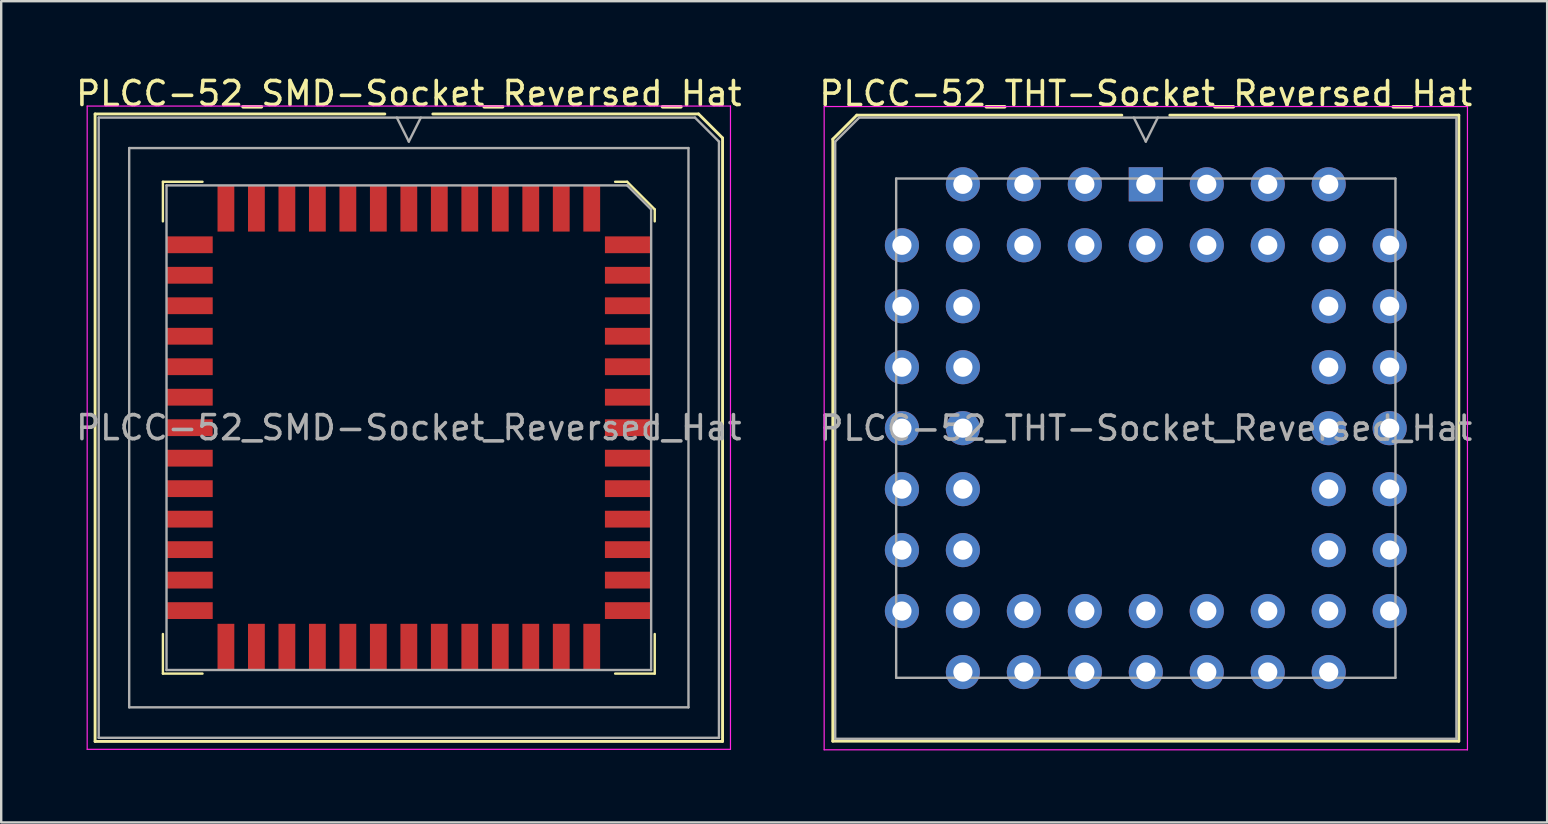
<source format=kicad_pcb>
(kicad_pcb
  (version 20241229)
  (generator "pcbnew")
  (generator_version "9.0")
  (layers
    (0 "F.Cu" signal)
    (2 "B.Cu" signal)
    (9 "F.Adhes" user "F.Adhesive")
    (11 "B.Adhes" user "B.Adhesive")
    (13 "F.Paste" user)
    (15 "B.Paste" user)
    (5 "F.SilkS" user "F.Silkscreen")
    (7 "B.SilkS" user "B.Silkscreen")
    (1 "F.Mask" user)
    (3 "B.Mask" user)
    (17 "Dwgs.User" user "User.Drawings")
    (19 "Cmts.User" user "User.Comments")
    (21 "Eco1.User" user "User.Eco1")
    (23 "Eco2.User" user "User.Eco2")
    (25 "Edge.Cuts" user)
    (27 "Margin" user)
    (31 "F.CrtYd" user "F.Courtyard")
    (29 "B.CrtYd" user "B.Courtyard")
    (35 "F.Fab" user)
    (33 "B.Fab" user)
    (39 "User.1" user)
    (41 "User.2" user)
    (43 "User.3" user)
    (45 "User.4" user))
  (footprint "PLCC-52_SMD-Socket_Reversed_Hat"
    (layer "F.Cu")
    (at 22.364 14.768)
    (property "Reference" "PLCC-52_SMD-Socket_Reversed_Hat" (at -8.382 -13.92 0) (layer "F.SilkS") (effects (font (size 1 1) (thickness 0.15))))
    (attr smd)
    (fp_line (start -21.452 -13.07) (end -9.382 -13.07) (stroke (width 0.12) (type solid)) (layer "F.SilkS"))
    (fp_line (start -21.452 13.07) (end -21.452 -13.07) (stroke (width 0.12) (type solid)) (layer "F.SilkS"))
    (fp_line (start -18.627 -10.245) (end -18.627 -8.595) (stroke (width 0.1) (type solid)) (layer "F.SilkS"))
    (fp_line (start -18.627 10.245) (end -18.627 8.595) (stroke (width 0.1) (type solid)) (layer "F.SilkS"))
    (fp_line (start -16.977 -10.245) (end -18.627 -10.245) (stroke (width 0.1) (type solid)) (layer "F.SilkS"))
    (fp_line (start -16.977 10.245) (end -18.627 10.245) (stroke (width 0.1) (type solid)) (layer "F.SilkS"))
    (fp_line (start -7.382 -13.07) (end 3.688 -13.07) (stroke (width 0.12) (type solid)) (layer "F.SilkS"))
    (fp_line (start 0.213 -10.245) (end 0.713 -10.245) (stroke (width 0.1) (type solid)) (layer "F.SilkS"))
    (fp_line (start 0.213 10.245) (end 1.863 10.245) (stroke (width 0.1) (type solid)) (layer "F.SilkS"))
    (fp_line (start 0.713 -10.245) (end 1.863 -9.095) (stroke (width 0.1) (type solid)) (layer "F.SilkS"))
    (fp_line (start 1.863 -9.095) (end 1.863 -8.595) (stroke (width 0.1) (type solid)) (layer "F.SilkS"))
    (fp_line (start 1.863 10.245) (end 1.863 8.595) (stroke (width 0.1) (type solid)) (layer "F.SilkS"))
    (fp_line (start 3.688 -13.07) (end 4.688 -12.07) (stroke (width 0.12) (type solid)) (layer "F.SilkS"))
    (fp_line (start 4.688 -12.07) (end 4.688 13.07) (stroke (width 0.12) (type solid)) (layer "F.SilkS"))
    (fp_line (start 4.688 13.07) (end -21.452 13.07) (stroke (width 0.12) (type solid)) (layer "F.SilkS"))
    (fp_line (start -21.782 -13.4) (end 5.018 -13.4) (stroke (width 0.05) (type solid)) (layer "F.CrtYd"))
    (fp_line (start -21.782 13.4) (end -21.782 -13.4) (stroke (width 0.05) (type solid)) (layer "F.CrtYd"))
    (fp_line (start 5.018 -13.4) (end 5.018 13.4) (stroke (width 0.05) (type solid)) (layer "F.CrtYd"))
    (fp_line (start 5.018 13.4) (end -21.782 13.4) (stroke (width 0.05) (type solid)) (layer "F.CrtYd"))
    (fp_line (start -21.302 -12.92) (end 3.538 -12.92) (stroke (width 0.1) (type solid)) (layer "F.Fab"))
    (fp_line (start -21.302 12.92) (end -21.302 -12.92) (stroke (width 0.1) (type solid)) (layer "F.Fab"))
    (fp_line (start -20.032 -11.65) (end 3.268 -11.65) (stroke (width 0.1) (type solid)) (layer "F.Fab"))
    (fp_line (start -20.032 11.65) (end -20.032 -11.65) (stroke (width 0.1) (type solid)) (layer "F.Fab"))
    (fp_line (start -18.477 -10.095) (end 0.713 -10.095) (stroke (width 0.1) (type solid)) (layer "F.Fab"))
    (fp_line (start -18.477 10.095) (end -18.477 -10.095) (stroke (width 0.1) (type solid)) (layer "F.Fab"))
    (fp_line (start -8.382 -11.92) (end -8.882 -12.92) (stroke (width 0.1) (type solid)) (layer "F.Fab"))
    (fp_line (start -7.882 -12.92) (end -8.382 -11.92) (stroke (width 0.1) (type solid)) (layer "F.Fab"))
    (fp_line (start 0.713 -10.095) (end 1.713 -9.095) (stroke (width 0.1) (type solid)) (layer "F.Fab"))
    (fp_line (start 1.713 -9.095) (end 1.713 10.095) (stroke (width 0.1) (type solid)) (layer "F.Fab"))
    (fp_line (start 1.713 10.095) (end -18.477 10.095) (stroke (width 0.1) (type solid)) (layer "F.Fab"))
    (fp_line (start 3.268 -11.65) (end 3.268 11.65) (stroke (width 0.1) (type solid)) (layer "F.Fab"))
    (fp_line (start 3.268 11.65) (end -20.032 11.65) (stroke (width 0.1) (type solid)) (layer "F.Fab"))
    (fp_line (start 3.538 -12.92) (end 4.538 -11.92) (stroke (width 0.1) (type solid)) (layer "F.Fab"))
    (fp_line (start 4.538 -11.92) (end 4.538 12.92) (stroke (width 0.1) (type solid)) (layer "F.Fab"))
    (fp_line (start 4.538 12.92) (end -21.302 12.92) (stroke (width 0.1) (type solid)) (layer "F.Fab"))
    (fp_text user "${REFERENCE}" (at -8.382 0 0) (layer "F.Fab") (effects (font (size 1 1) (thickness 0.15))))
    (pad "1" smd rect (at -8.382 -9.133) (size 0.7 1.925) (layers "F.Cu" "F.Mask" "F.Paste"))
    (pad "2" smd rect (at -7.112 -9.133) (size 0.7 1.925) (layers "F.Cu" "F.Mask" "F.Paste"))
    (pad "3" smd rect (at -5.842 -9.133) (size 0.7 1.925) (layers "F.Cu" "F.Mask" "F.Paste"))
    (pad "4" smd rect (at -4.572 -9.133) (size 0.7 1.925) (layers "F.Cu" "F.Mask" "F.Paste"))
    (pad "5" smd rect (at -3.302 -9.133) (size 0.7 1.925) (layers "F.Cu" "F.Mask" "F.Paste"))
    (pad "6" smd rect (at -2.032 -9.133) (size 0.7 1.925) (layers "F.Cu" "F.Mask" "F.Paste"))
    (pad "7" smd rect (at -0.762 -9.133) (size 0.7 1.925) (layers "F.Cu" "F.Mask" "F.Paste"))
    (pad "8" smd rect (at 0.75 -7.62) (size 1.925 0.7) (layers "F.Cu" "F.Mask" "F.Paste"))
    (pad "9" smd rect (at 0.75 -6.35) (size 1.925 0.7) (layers "F.Cu" "F.Mask" "F.Paste"))
    (pad "10" smd rect (at 0.75 -5.08) (size 1.925 0.7) (layers "F.Cu" "F.Mask" "F.Paste"))
    (pad "11" smd rect (at 0.75 -3.81) (size 1.925 0.7) (layers "F.Cu" "F.Mask" "F.Paste"))
    (pad "12" smd rect (at 0.75 -2.54) (size 1.925 0.7) (layers "F.Cu" "F.Mask" "F.Paste"))
    (pad "13" smd rect (at 0.75 -1.27) (size 1.925 0.7) (layers "F.Cu" "F.Mask" "F.Paste"))
    (pad "14" smd rect (at 0.75 0) (size 1.925 0.7) (layers "F.Cu" "F.Mask" "F.Paste"))
    (pad "15" smd rect (at 0.75 1.27) (size 1.925 0.7) (layers "F.Cu" "F.Mask" "F.Paste"))
    (pad "16" smd rect (at 0.75 2.54) (size 1.925 0.7) (layers "F.Cu" "F.Mask" "F.Paste"))
    (pad "17" smd rect (at 0.75 3.81) (size 1.925 0.7) (layers "F.Cu" "F.Mask" "F.Paste"))
    (pad "18" smd rect (at 0.75 5.08) (size 1.925 0.7) (layers "F.Cu" "F.Mask" "F.Paste"))
    (pad "19" smd rect (at 0.75 6.35) (size 1.925 0.7) (layers "F.Cu" "F.Mask" "F.Paste"))
    (pad "20" smd rect (at 0.75 7.62) (size 1.925 0.7) (layers "F.Cu" "F.Mask" "F.Paste"))
    (pad "21" smd rect (at -0.762 9.133) (size 0.7 1.925) (layers "F.Cu" "F.Mask" "F.Paste"))
    (pad "22" smd rect (at -2.032 9.133) (size 0.7 1.925) (layers "F.Cu" "F.Mask" "F.Paste"))
    (pad "23" smd rect (at -3.302 9.133) (size 0.7 1.925) (layers "F.Cu" "F.Mask" "F.Paste"))
    (pad "24" smd rect (at -4.572 9.133) (size 0.7 1.925) (layers "F.Cu" "F.Mask" "F.Paste"))
    (pad "25" smd rect (at -5.842 9.133) (size 0.7 1.925) (layers "F.Cu" "F.Mask" "F.Paste"))
    (pad "26" smd rect (at -7.112 9.133) (size 0.7 1.925) (layers "F.Cu" "F.Mask" "F.Paste"))
    (pad "27" smd rect (at -8.382 9.133) (size 0.7 1.925) (layers "F.Cu" "F.Mask" "F.Paste"))
    (pad "28" smd rect (at -9.652 9.133) (size 0.7 1.925) (layers "F.Cu" "F.Mask" "F.Paste"))
    (pad "29" smd rect (at -10.922 9.133) (size 0.7 1.925) (layers "F.Cu" "F.Mask" "F.Paste"))
    (pad "30" smd rect (at -12.192 9.133) (size 0.7 1.925) (layers "F.Cu" "F.Mask" "F.Paste"))
    (pad "31" smd rect (at -13.462 9.133) (size 0.7 1.925) (layers "F.Cu" "F.Mask" "F.Paste"))
    (pad "32" smd rect (at -14.732 9.133) (size 0.7 1.925) (layers "F.Cu" "F.Mask" "F.Paste"))
    (pad "33" smd rect (at -16.002 9.133) (size 0.7 1.925) (layers "F.Cu" "F.Mask" "F.Paste"))
    (pad "34" smd rect (at -17.515 7.62) (size 1.925 0.7) (layers "F.Cu" "F.Mask" "F.Paste"))
    (pad "35" smd rect (at -17.515 6.35) (size 1.925 0.7) (layers "F.Cu" "F.Mask" "F.Paste"))
    (pad "36" smd rect (at -17.515 5.08) (size 1.925 0.7) (layers "F.Cu" "F.Mask" "F.Paste"))
    (pad "37" smd rect (at -17.515 3.81) (size 1.925 0.7) (layers "F.Cu" "F.Mask" "F.Paste"))
    (pad "38" smd rect (at -17.515 2.54) (size 1.925 0.7) (layers "F.Cu" "F.Mask" "F.Paste"))
    (pad "39" smd rect (at -17.515 1.27) (size 1.925 0.7) (layers "F.Cu" "F.Mask" "F.Paste"))
    (pad "40" smd rect (at -17.515 0) (size 1.925 0.7) (layers "F.Cu" "F.Mask" "F.Paste"))
    (pad "41" smd rect (at -17.515 -1.27) (size 1.925 0.7) (layers "F.Cu" "F.Mask" "F.Paste"))
    (pad "42" smd rect (at -17.515 -2.54) (size 1.925 0.7) (layers "F.Cu" "F.Mask" "F.Paste"))
    (pad "43" smd rect (at -17.515 -3.81) (size 1.925 0.7) (layers "F.Cu" "F.Mask" "F.Paste"))
    (pad "44" smd rect (at -17.515 -5.08) (size 1.925 0.7) (layers "F.Cu" "F.Mask" "F.Paste"))
    (pad "45" smd rect (at -17.515 -6.35) (size 1.925 0.7) (layers "F.Cu" "F.Mask" "F.Paste"))
    (pad "46" smd rect (at -17.515 -7.62) (size 1.925 0.7) (layers "F.Cu" "F.Mask" "F.Paste"))
    (pad "47" smd rect (at -16.002 -9.133) (size 0.7 1.925) (layers "F.Cu" "F.Mask" "F.Paste"))
    (pad "48" smd rect (at -14.732 -9.133) (size 0.7 1.925) (layers "F.Cu" "F.Mask" "F.Paste"))
    (pad "49" smd rect (at -13.462 -9.133) (size 0.7 1.925) (layers "F.Cu" "F.Mask" "F.Paste"))
    (pad "50" smd rect (at -12.192 -9.133) (size 0.7 1.925) (layers "F.Cu" "F.Mask" "F.Paste"))
    (pad "51" smd rect (at -10.922 -9.133) (size 0.7 1.925) (layers "F.Cu" "F.Mask" "F.Paste"))
    (pad "52" smd rect (at -9.652 -9.133) (size 0.7 1.925) (layers "F.Cu" "F.Mask" "F.Paste")))
  (footprint "PLCC-52_THT-Socket_Reversed_Hat"
    (layer "F.Cu")
    (at 44.685 4.628)
    (property "Reference" "PLCC-52_THT-Socket_Reversed_Hat" (at 0 -3.78 0) (layer "F.SilkS") (effects (font (size 1 1) (thickness 0.15))))
    (attr through_hole)
    (fp_line (start -13.04 -1.88) (end -13.04 23.2) (stroke (width 0.12) (type solid)) (layer "F.SilkS"))
    (fp_line (start -13.04 23.2) (end 13.04 23.2) (stroke (width 0.12) (type solid)) (layer "F.SilkS"))
    (fp_line (start -12.04 -2.88) (end -13.04 -1.88) (stroke (width 0.12) (type solid)) (layer "F.SilkS"))
    (fp_line (start -1 -2.88) (end -12.04 -2.88) (stroke (width 0.12) (type solid)) (layer "F.SilkS"))
    (fp_line (start 13.04 -2.88) (end 1 -2.88) (stroke (width 0.12) (type solid)) (layer "F.SilkS"))
    (fp_line (start 13.04 23.2) (end 13.04 -2.88) (stroke (width 0.12) (type solid)) (layer "F.SilkS"))
    (fp_line (start -13.4 -3.24) (end -13.4 23.56) (stroke (width 0.05) (type solid)) (layer "F.CrtYd"))
    (fp_line (start -13.4 23.56) (end 13.4 23.56) (stroke (width 0.05) (type solid)) (layer "F.CrtYd"))
    (fp_line (start 13.4 -3.24) (end -13.4 -3.24) (stroke (width 0.05) (type solid)) (layer "F.CrtYd"))
    (fp_line (start 13.4 23.56) (end 13.4 -3.24) (stroke (width 0.05) (type solid)) (layer "F.CrtYd"))
    (fp_line (start -12.94 -1.78) (end -12.94 23.1) (stroke (width 0.1) (type solid)) (layer "F.Fab"))
    (fp_line (start -12.94 23.1) (end 12.94 23.1) (stroke (width 0.1) (type solid)) (layer "F.Fab"))
    (fp_line (start -11.94 -2.78) (end -12.94 -1.78) (stroke (width 0.1) (type solid)) (layer "F.Fab"))
    (fp_line (start -10.4 -0.24) (end -10.4 20.56) (stroke (width 0.1) (type solid)) (layer "F.Fab"))
    (fp_line (start -10.4 20.56) (end 10.4 20.56) (stroke (width 0.1) (type solid)) (layer "F.Fab"))
    (fp_line (start -0.5 -2.78) (end 0 -1.78) (stroke (width 0.1) (type solid)) (layer "F.Fab"))
    (fp_line (start 0 -1.78) (end 0.5 -2.78) (stroke (width 0.1) (type solid)) (layer "F.Fab"))
    (fp_line (start 10.4 -0.24) (end -10.4 -0.24) (stroke (width 0.1) (type solid)) (layer "F.Fab"))
    (fp_line (start 10.4 20.56) (end 10.4 -0.24) (stroke (width 0.1) (type solid)) (layer "F.Fab"))
    (fp_line (start 12.94 -2.78) (end -11.94 -2.78) (stroke (width 0.1) (type solid)) (layer "F.Fab"))
    (fp_line (start 12.94 23.1) (end 12.94 -2.78) (stroke (width 0.1) (type solid)) (layer "F.Fab"))
    (fp_text user "${REFERENCE}" (at 0 10.16 0) (layer "F.Fab") (effects (font (size 1 1) (thickness 0.15))))
    (pad "1" thru_hole rect (at 0 0) (size 1.422 1.422) (drill 0.8) (layers "*.Cu" "*.Mask"))
    (pad "2" thru_hole circle (at 2.54 2.54) (size 1.422 1.422) (drill 0.8) (layers "*.Cu" "*.Mask"))
    (pad "3" thru_hole circle (at 2.54 0) (size 1.422 1.422) (drill 0.8) (layers "*.Cu" "*.Mask"))
    (pad "4" thru_hole circle (at 5.08 2.54) (size 1.422 1.422) (drill 0.8) (layers "*.Cu" "*.Mask"))
    (pad "5" thru_hole circle (at 5.08 0) (size 1.422 1.422) (drill 0.8) (layers "*.Cu" "*.Mask"))
    (pad "6" thru_hole circle (at 7.62 2.54) (size 1.422 1.422) (drill 0.8) (layers "*.Cu" "*.Mask"))
    (pad "7" thru_hole circle (at 7.62 0) (size 1.422 1.422) (drill 0.8) (layers "*.Cu" "*.Mask"))
    (pad "8" thru_hole circle (at 10.16 2.54) (size 1.422 1.422) (drill 0.8) (layers "*.Cu" "*.Mask"))
    (pad "9" thru_hole circle (at 7.62 5.08) (size 1.422 1.422) (drill 0.8) (layers "*.Cu" "*.Mask"))
    (pad "10" thru_hole circle (at 10.16 5.08) (size 1.422 1.422) (drill 0.8) (layers "*.Cu" "*.Mask"))
    (pad "11" thru_hole circle (at 7.62 7.62) (size 1.422 1.422) (drill 0.8) (layers "*.Cu" "*.Mask"))
    (pad "12" thru_hole circle (at 10.16 7.62) (size 1.422 1.422) (drill 0.8) (layers "*.Cu" "*.Mask"))
    (pad "13" thru_hole circle (at 7.62 10.16) (size 1.422 1.422) (drill 0.8) (layers "*.Cu" "*.Mask"))
    (pad "14" thru_hole circle (at 10.16 10.16) (size 1.422 1.422) (drill 0.8) (layers "*.Cu" "*.Mask"))
    (pad "15" thru_hole circle (at 7.62 12.7) (size 1.422 1.422) (drill 0.8) (layers "*.Cu" "*.Mask"))
    (pad "16" thru_hole circle (at 10.16 12.7) (size 1.422 1.422) (drill 0.8) (layers "*.Cu" "*.Mask"))
    (pad "17" thru_hole circle (at 7.62 15.24) (size 1.422 1.422) (drill 0.8) (layers "*.Cu" "*.Mask"))
    (pad "18" thru_hole circle (at 10.16 15.24) (size 1.422 1.422) (drill 0.8) (layers "*.Cu" "*.Mask"))
    (pad "19" thru_hole circle (at 7.62 17.78) (size 1.422 1.422) (drill 0.8) (layers "*.Cu" "*.Mask"))
    (pad "20" thru_hole circle (at 10.16 17.78) (size 1.422 1.422) (drill 0.8) (layers "*.Cu" "*.Mask"))
    (pad "21" thru_hole circle (at 7.62 20.32) (size 1.422 1.422) (drill 0.8) (layers "*.Cu" "*.Mask"))
    (pad "22" thru_hole circle (at 5.08 17.78) (size 1.422 1.422) (drill 0.8) (layers "*.Cu" "*.Mask"))
    (pad "23" thru_hole circle (at 5.08 20.32) (size 1.422 1.422) (drill 0.8) (layers "*.Cu" "*.Mask"))
    (pad "24" thru_hole circle (at 2.54 17.78) (size 1.422 1.422) (drill 0.8) (layers "*.Cu" "*.Mask"))
    (pad "25" thru_hole circle (at 2.54 20.32) (size 1.422 1.422) (drill 0.8) (layers "*.Cu" "*.Mask"))
    (pad "26" thru_hole circle (at 0 17.78) (size 1.422 1.422) (drill 0.8) (layers "*.Cu" "*.Mask"))
    (pad "27" thru_hole circle (at 0 20.32) (size 1.422 1.422) (drill 0.8) (layers "*.Cu" "*.Mask"))
    (pad "28" thru_hole circle (at -2.54 17.78) (size 1.422 1.422) (drill 0.8) (layers "*.Cu" "*.Mask"))
    (pad "29" thru_hole circle (at -2.54 20.32) (size 1.422 1.422) (drill 0.8) (layers "*.Cu" "*.Mask"))
    (pad "30" thru_hole circle (at -5.08 17.78) (size 1.422 1.422) (drill 0.8) (layers "*.Cu" "*.Mask"))
    (pad "31" thru_hole circle (at -5.08 20.32) (size 1.422 1.422) (drill 0.8) (layers "*.Cu" "*.Mask"))
    (pad "32" thru_hole circle (at -7.62 17.78) (size 1.422 1.422) (drill 0.8) (layers "*.Cu" "*.Mask"))
    (pad "33" thru_hole circle (at -7.62 20.32) (size 1.422 1.422) (drill 0.8) (layers "*.Cu" "*.Mask"))
    (pad "34" thru_hole circle (at -10.16 17.78) (size 1.422 1.422) (drill 0.8) (layers "*.Cu" "*.Mask"))
    (pad "35" thru_hole circle (at -7.62 15.24) (size 1.422 1.422) (drill 0.8) (layers "*.Cu" "*.Mask"))
    (pad "36" thru_hole circle (at -10.16 15.24) (size 1.422 1.422) (drill 0.8) (layers "*.Cu" "*.Mask"))
    (pad "37" thru_hole circle (at -7.62 12.7) (size 1.422 1.422) (drill 0.8) (layers "*.Cu" "*.Mask"))
    (pad "38" thru_hole circle (at -10.16 12.7) (size 1.422 1.422) (drill 0.8) (layers "*.Cu" "*.Mask"))
    (pad "39" thru_hole circle (at -7.62 10.16) (size 1.422 1.422) (drill 0.8) (layers "*.Cu" "*.Mask"))
    (pad "40" thru_hole circle (at -10.16 10.16) (size 1.422 1.422) (drill 0.8) (layers "*.Cu" "*.Mask"))
    (pad "41" thru_hole circle (at -7.62 7.62) (size 1.422 1.422) (drill 0.8) (layers "*.Cu" "*.Mask"))
    (pad "42" thru_hole circle (at -10.16 7.62) (size 1.422 1.422) (drill 0.8) (layers "*.Cu" "*.Mask"))
    (pad "43" thru_hole circle (at -7.62 5.08) (size 1.422 1.422) (drill 0.8) (layers "*.Cu" "*.Mask"))
    (pad "44" thru_hole circle (at -10.16 5.08) (size 1.422 1.422) (drill 0.8) (layers "*.Cu" "*.Mask"))
    (pad "45" thru_hole circle (at -7.62 2.54) (size 1.422 1.422) (drill 0.8) (layers "*.Cu" "*.Mask"))
    (pad "46" thru_hole circle (at -10.16 2.54) (size 1.422 1.422) (drill 0.8) (layers "*.Cu" "*.Mask"))
    (pad "47" thru_hole circle (at -7.62 0) (size 1.422 1.422) (drill 0.8) (layers "*.Cu" "*.Mask"))
    (pad "48" thru_hole circle (at -5.08 2.54) (size 1.422 1.422) (drill 0.8) (layers "*.Cu" "*.Mask"))
    (pad "49" thru_hole circle (at -5.08 0) (size 1.422 1.422) (drill 0.8) (layers "*.Cu" "*.Mask"))
    (pad "50" thru_hole circle (at -2.54 2.54) (size 1.422 1.422) (drill 0.8) (layers "*.Cu" "*.Mask"))
    (pad "51" thru_hole circle (at -2.54 0) (size 1.422 1.422) (drill 0.8) (layers "*.Cu" "*.Mask"))
    (pad "52" thru_hole circle (at 0 2.54) (size 1.422 1.422) (drill 0.8) (layers "*.Cu" "*.Mask")))
  (gr_rect
    (start -3 -3)
    (end 61.405 31.213)
    (stroke (width 0.1) (type default))
    (fill no)
    (layer "Edge.Cuts")))
</source>
